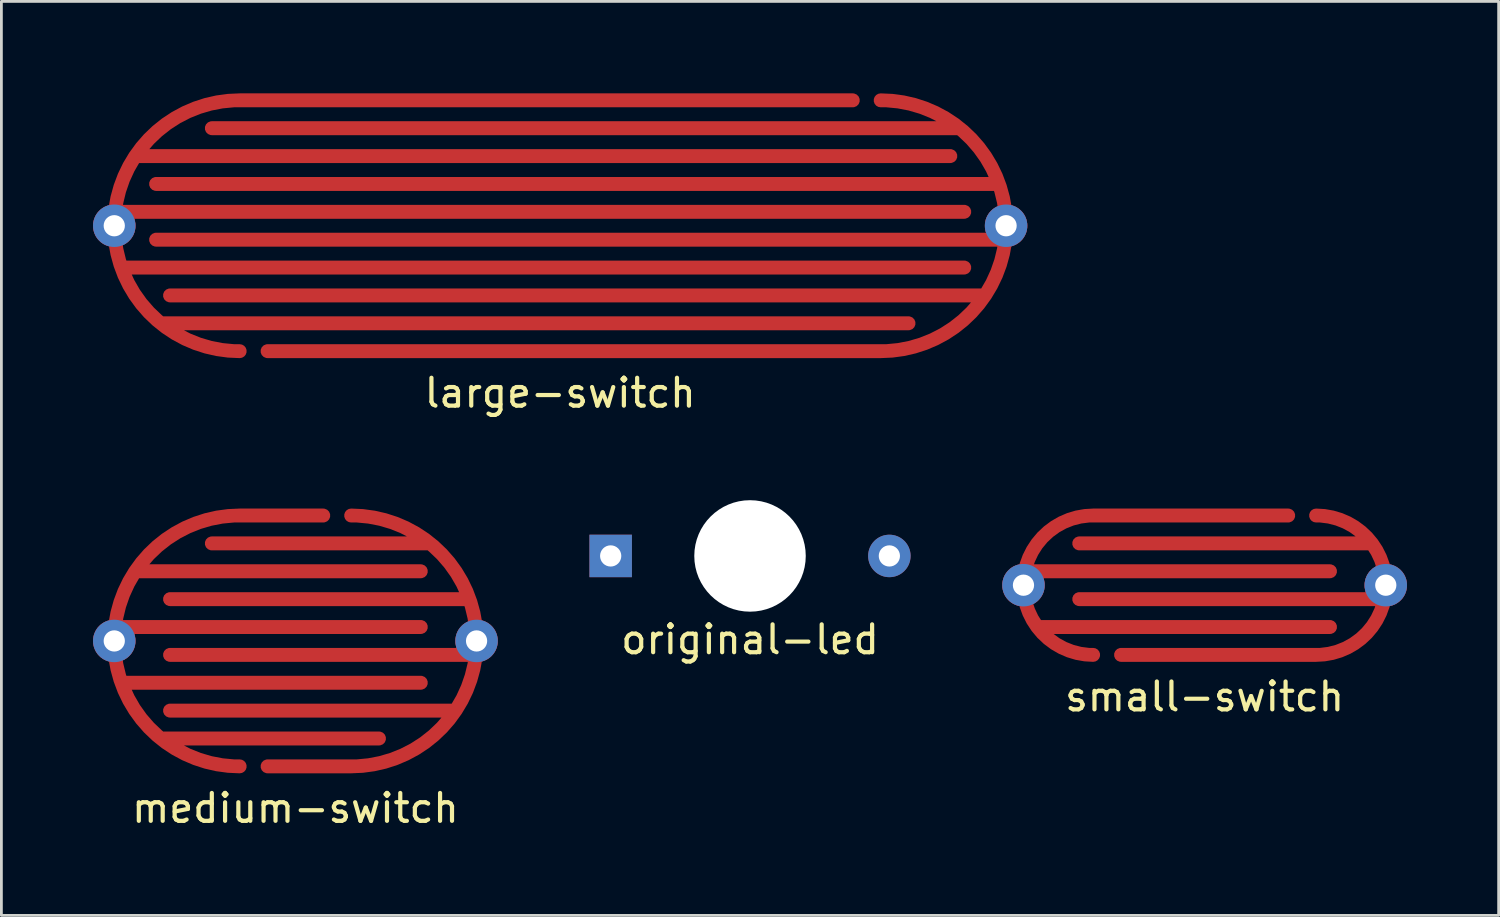
<source format=kicad_pcb>
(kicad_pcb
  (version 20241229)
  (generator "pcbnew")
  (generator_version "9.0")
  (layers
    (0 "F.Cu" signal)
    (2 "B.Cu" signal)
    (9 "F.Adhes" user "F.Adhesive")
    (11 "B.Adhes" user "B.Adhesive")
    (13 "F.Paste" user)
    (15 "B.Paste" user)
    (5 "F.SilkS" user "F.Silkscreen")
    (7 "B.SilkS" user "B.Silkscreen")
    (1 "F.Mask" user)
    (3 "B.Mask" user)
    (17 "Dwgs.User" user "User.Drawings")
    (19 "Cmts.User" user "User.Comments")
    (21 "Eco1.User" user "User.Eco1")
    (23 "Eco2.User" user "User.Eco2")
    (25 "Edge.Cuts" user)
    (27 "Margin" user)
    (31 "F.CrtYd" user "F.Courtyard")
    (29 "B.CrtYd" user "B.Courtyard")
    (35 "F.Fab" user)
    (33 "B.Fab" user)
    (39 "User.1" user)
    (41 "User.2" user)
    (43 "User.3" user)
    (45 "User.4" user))
  (footprint "medium-switch"
    (layer "F.Cu")
    (at 7.55 19.948)
    (property "Reference" "medium-switch" (at 0 6 0) (layer "F.SilkS") (effects (font (size 1 1) (thickness 0.15))))
    (attr through_hole)
    (fp_poly (pts (xy 7.5 5) (xy -7.5 5) (xy -7.5 -5) (xy 7.5 -5)) (stroke (width 0.1) (type solid)) (fill yes) (layer "F.Mask"))
    (pad "1" thru_hole circle (at -6.5 0) (size 1.524 1.524) (drill 0.762) (layers "*.Cu" "*.Mask"))
    (pad "1" smd custom (at -6.5 0) (size 1.524 1.524) (layers "F.Cu" "F.Mask" "F.Paste") (options (anchor circle)) (primitives (gr_line (start 11 -2.5) (end 0.8 -2.5) (width 0.5)) (gr_line (start 1.8 3.5) (end 9.5 3.5) (width 0.5)) (gr_line (start 11 -0.5) (end 0 -0.5) (width 0.5)) (gr_line (start 4.5 -4.5) (end 7.5 -4.5) (width 0.5)) (gr_arc (start 4.5 4.5) (mid 0 0) (end 4.5 -4.5) (width 0.5)) (gr_line (start 0.3 1.5) (end 11 1.5) (width 0.5))))
    (pad "2" thru_hole circle (at 6.5 0) (size 1.524 1.524) (drill 0.762) (layers "*.Cu" "*.Mask"))
    (pad "2" smd custom (at 6.5 0) (size 1.524 1.524) (layers "F.Cu" "F.Mask" "F.Paste") (options (anchor circle)) (primitives (gr_line (start 0 0.5) (end -11 0.5) (width 0.5)) (gr_line (start -0.8 2.5) (end -11 2.5) (width 0.5)) (gr_line (start -4.5 4.5) (end -7.5 4.5) (width 0.5)) (gr_line (start -11 -1.5) (end -0.3 -1.5) (width 0.5)) (gr_arc (start -4.5 -4.5) (mid 0 0) (end -4.5 4.5) (width 0.5)) (gr_line (start -1.8 -3.5) (end -9.5 -3.5) (width 0.5)))))
  (footprint "small-switch"
    (layer "F.Cu")
    (at 40.174 17.948)
    (property "Reference" "small-switch" (at 0 4 0) (layer "F.SilkS") (effects (font (size 1 1) (thickness 0.15))))
    (attr through_hole)
    (fp_poly (pts (xy 7.5 3) (xy -7.5 3) (xy -7.5 -3) (xy 7.5 -3)) (stroke (width 0.1) (type solid)) (fill yes) (layer "F.Mask"))
    (pad "1" thru_hole circle (at -6.5 0) (size 1.524 1.524) (drill 0.762) (layers "*.Cu" "*.Mask"))
    (pad "1" smd custom (at -6.5 0) (size 1.524 1.524) (layers "F.Cu" "F.Mask" "F.Paste") (options (anchor circle)) (primitives (gr_line (start 9.5 -2.5) (end 2.5 -2.5) (width 0.5)) (gr_line (start 0.5 1.5) (end 11 1.5) (width 0.5)) (gr_line (start 11 -0.5) (end 0 -0.5) (width 0.5)) (gr_arc (start 2.5 2.5) (mid 0 0) (end 2.5 -2.5) (width 0.5))))
    (pad "2" thru_hole circle (at 6.5 0) (size 1.524 1.524) (drill 0.762) (layers "*.Cu" "*.Mask"))
    (pad "2" smd custom (at 6.5 0) (size 1.524 1.524) (layers "F.Cu" "F.Mask" "F.Paste") (options (anchor circle)) (primitives (gr_line (start -2.5 2.5) (end -9.5 2.5) (width 0.5)) (gr_line (start 0 0.5) (end -11 0.5) (width 0.5)) (gr_arc (start -2.5 -2.5) (mid 0 0) (end -2.5 2.5) (width 0.5)) (gr_line (start -11 -1.5) (end -0.5 -1.5) (width 0.5)))))
  (footprint "original-led"
    (layer "F.Cu")
    (at 23.862 16.898)
    (property "Reference" "original-led" (at 0 3 0) (layer "F.SilkS") (effects (font (size 1 1) (thickness 0.15))))
    (attr through_hole)
    (pad "" np_thru_hole circle (at 0 0) (size 4 4) (drill 4) (layers "*.Cu" "*.Mask"))
    (pad "1" thru_hole rect (at -5 0) (size 1.524 1.524) (drill 0.762) (layers "*.Cu" "*.Mask"))
    (pad "2" thru_hole circle (at 5 0) (size 1.524 1.524) (drill 0.762) (layers "*.Cu" "*.Mask")))
  (footprint "large-switch"
    (layer "F.Cu")
    (at 17.05 5.05)
    (property "Reference" "large-switch" (at 0 6 0) (layer "F.SilkS") (effects (font (size 1 1) (thickness 0.15))))
    (attr through_hole)
    (fp_poly (pts (xy 17 5) (xy -17 5) (xy -17 -5) (xy 17 -5)) (stroke (width 0.1) (type solid)) (fill yes) (layer "F.Mask"))
    (pad "1" thru_hole circle (at -16 0) (size 1.524 1.524) (drill 0.762) (layers "*.Cu" "*.Mask"))
    (pad "1" smd custom (at -16 0) (size 1.524 1.524) (layers "F.Cu" "F.Mask" "F.Paste") (options (anchor circle)) (primitives (gr_line (start 30 -2.5) (end 0.8 -2.5) (width 0.5)) (gr_arc (start 4.5 4.5) (mid 0 0) (end 4.5 -4.5) (width 0.5)) (gr_line (start 30.5 -0.5) (end 0 -0.5) (width 0.5)) (gr_line (start 1.7 3.5) (end 28.5 3.5) (width 0.5)) (gr_line (start 4.5 -4.5) (end 26.5 -4.5) (width 0.5)) (gr_line (start 0.3 1.5) (end 30.5 1.5) (width 0.5))))
    (pad "2" thru_hole circle (at 16 0) (size 1.524 1.524) (drill 0.762) (layers "*.Cu" "*.Mask"))
    (pad "2" smd custom (at 16 0) (size 1.524 1.524) (layers "F.Cu" "F.Mask" "F.Paste") (options (anchor circle)) (primitives (gr_line (start 0 0.5) (end -30.5 0.5) (width 0.5)) (gr_line (start -4.5 4.5) (end -26.5 4.5) (width 0.5)) (gr_line (start -30.5 -1.5) (end -0.3 -1.5) (width 0.5)) (gr_line (start -0.8 2.5) (end -30 2.5) (width 0.5)) (gr_arc (start -4.5 -4.5) (mid 0 0) (end -4.5 4.5) (width 0.5)) (gr_line (start -1.7 -3.5) (end -28.5 -3.5) (width 0.5)))))
  (gr_rect
    (start -3 -3)
    (end 50.724 29.797)
    (stroke (width 0.1) (type default))
    (fill no)
    (layer "Edge.Cuts")))
</source>
